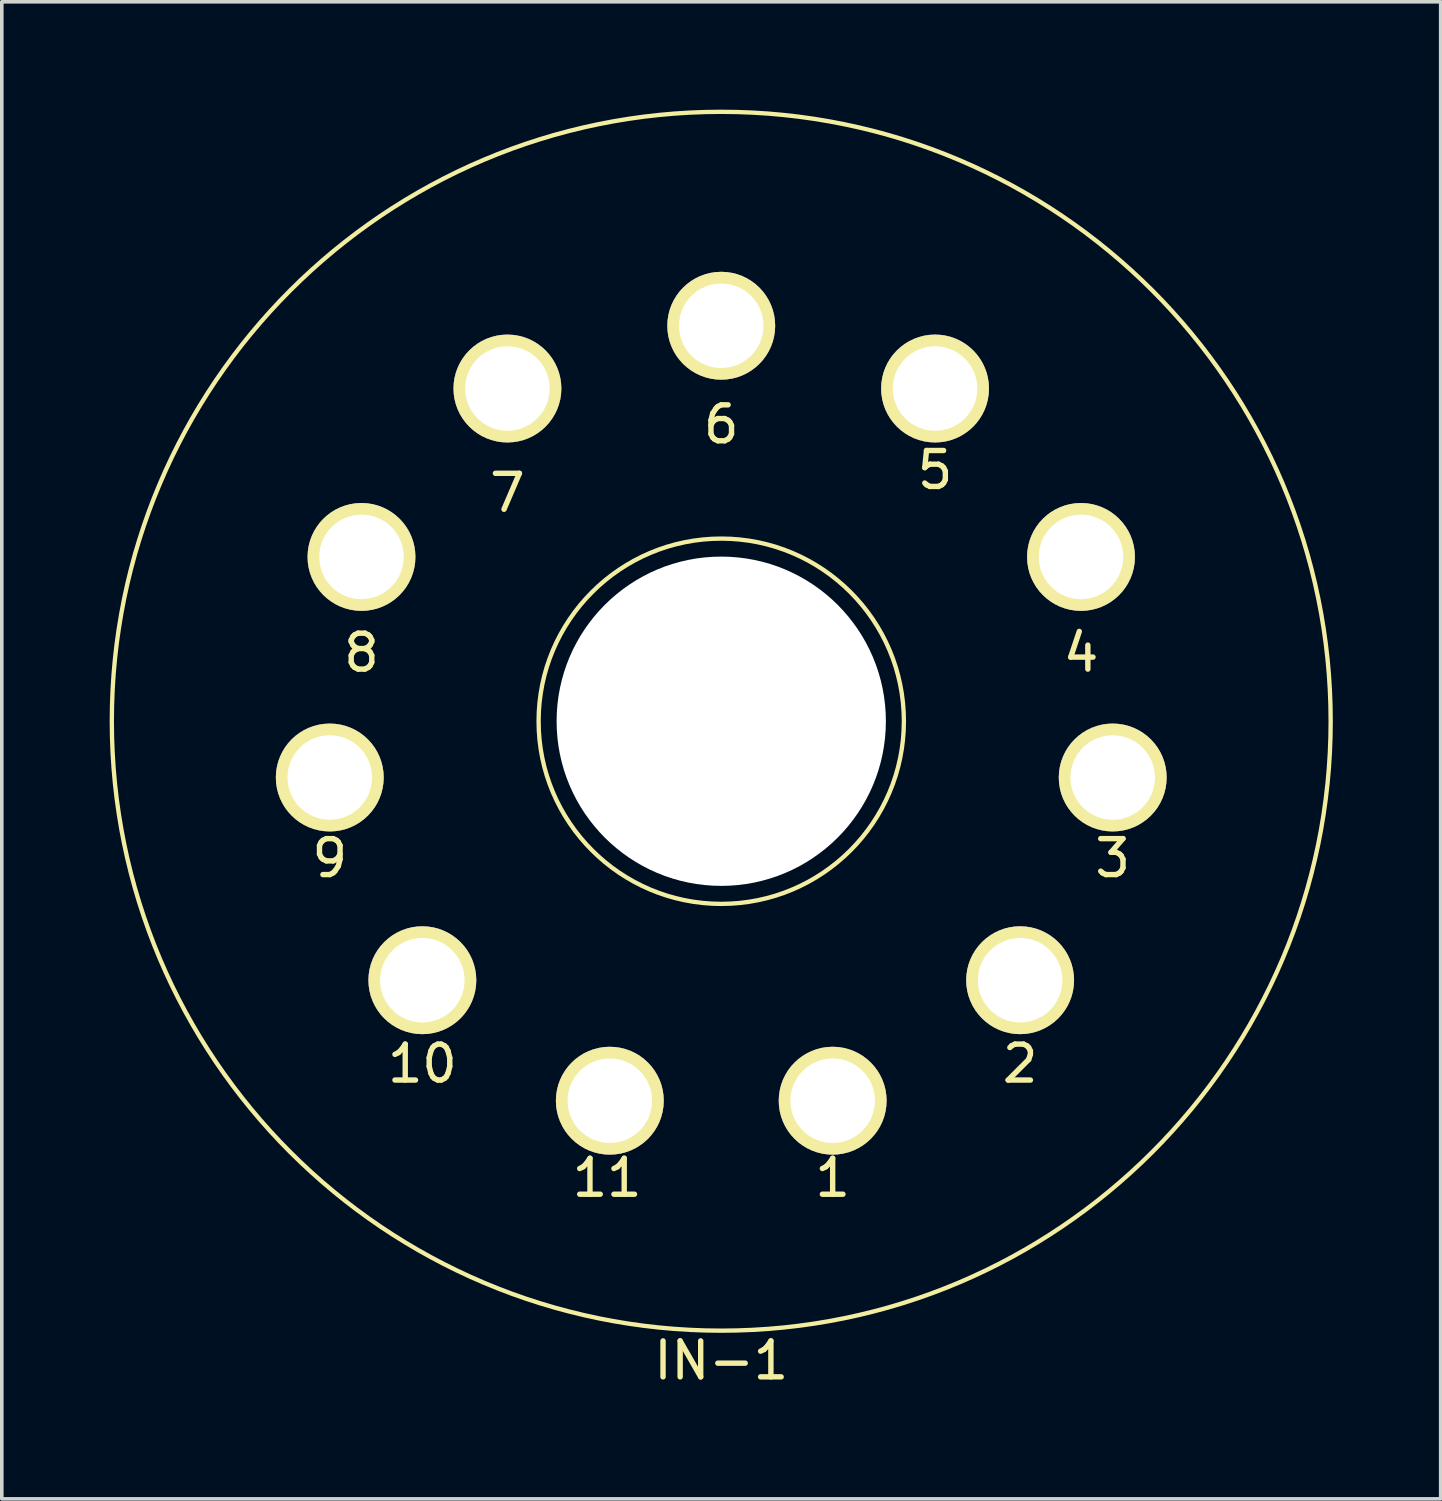
<source format=kicad_pcb>
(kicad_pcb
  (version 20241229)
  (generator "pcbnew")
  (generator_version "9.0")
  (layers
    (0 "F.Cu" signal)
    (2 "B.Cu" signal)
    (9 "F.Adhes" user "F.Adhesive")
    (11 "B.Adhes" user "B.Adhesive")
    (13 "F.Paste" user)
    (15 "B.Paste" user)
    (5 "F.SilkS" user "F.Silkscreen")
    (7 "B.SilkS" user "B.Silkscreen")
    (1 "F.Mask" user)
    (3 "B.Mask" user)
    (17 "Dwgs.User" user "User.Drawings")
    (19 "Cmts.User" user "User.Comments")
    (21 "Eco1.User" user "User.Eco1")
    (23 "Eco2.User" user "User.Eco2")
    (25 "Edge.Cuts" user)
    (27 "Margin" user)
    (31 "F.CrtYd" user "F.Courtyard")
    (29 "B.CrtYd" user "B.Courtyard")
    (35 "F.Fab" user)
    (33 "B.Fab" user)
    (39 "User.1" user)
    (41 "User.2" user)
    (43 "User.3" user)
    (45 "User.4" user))
  (footprint "IN-1"
    (layer "F.Cu")
    (at 17.01 17.01)
    (property "Reference" "IN-1" (at 0 17.78 0) (unlocked yes) (layer "F.SilkS") (effects (font (size 1 1) (thickness 0.15))))
    (attr through_hole)
    (fp_circle (center 0 0) (end 5.08 0) (stroke (width 0.12) (type solid)) (fill no) (layer "F.SilkS"))
    (fp_circle (center 0 0) (end 16.95 0) (stroke (width 0.12) (type solid)) (fill no) (layer "F.SilkS"))
    (fp_text user "5" (at 5.947 -6.985 0) (unlocked yes) (layer "F.SilkS") (effects (font (size 1 1) (thickness 0.15))))
    (fp_text user "9" (at -10.888 3.81 0) (unlocked yes) (layer "F.SilkS") (effects (font (size 1 1) (thickness 0.15))))
    (fp_text user "1" (at 3.099 12.7 0) (unlocked yes) (layer "F.SilkS") (effects (font (size 1 1) (thickness 0.15))))
    (fp_text user "10" (at -8.313 9.525 0) (unlocked yes) (layer "F.SilkS") (effects (font (size 1 1) (thickness 0.15))))
    (fp_text user "3" (at 10.888 3.81 0) (unlocked yes) (layer "F.SilkS") (effects (font (size 1 1) (thickness 0.15))))
    (fp_text user "11" (at -3.175 12.7 0) (unlocked yes) (layer "F.SilkS") (effects (font (size 1 1) (thickness 0.15))))
    (fp_text user "4" (at 10.006 -1.905 0) (unlocked yes) (layer "F.SilkS") (effects (font (size 1 1) (thickness 0.15))))
    (fp_text user "2" (at 8.313 9.525 0) (unlocked yes) (layer "F.SilkS") (effects (font (size 1 1) (thickness 0.15))))
    (fp_text user "6" (at 0 -8.255 0) (unlocked yes) (layer "F.SilkS") (effects (font (size 1 1) (thickness 0.15))))
    (fp_text user "7" (at -5.947 -6.35 0) (unlocked yes) (layer "F.SilkS") (effects (font (size 1 1) (thickness 0.15))))
    (fp_text user "8" (at -10.006 -1.905 0) (unlocked yes) (layer "F.SilkS") (effects (font (size 1 1) (thickness 0.15))))
    (fp_text user "${REFERENCE}" (at 0 2.5 0) (unlocked yes) (layer "F.Fab") (effects (font (size 1 1) (thickness 0.15))))
    (pad "" np_thru_hole circle (at 0 0) (size 9.158 9.158) (drill 9.158) (layers "*.Cu" "*.Mask"))
    (pad "0" thru_hole circle (at -8.313 7.203) (size 3 3) (drill 2.35) (layers "*.Cu" "*.Mask" "F.SilkS") (remove_unused_layers yes) (keep_end_layers yes) (zone_layer_connections))
    (pad "1" thru_hole circle (at 3.099 10.554) (size 3 3) (drill 2.35) (layers "*.Cu" "*.Mask" "F.SilkS") (remove_unused_layers yes) (keep_end_layers yes) (zone_layer_connections))
    (pad "2" thru_hole circle (at 8.313 7.203) (size 3 3) (drill 2.35) (layers "*.Cu" "*.Mask" "F.SilkS") (remove_unused_layers yes) (keep_end_layers yes) (zone_layer_connections))
    (pad "3" thru_hole circle (at 10.888 1.565) (size 3 3) (drill 2.35) (layers "*.Cu" "*.Mask" "F.SilkS") (remove_unused_layers yes) (keep_end_layers yes) (zone_layer_connections))
    (pad "4" thru_hole circle (at 10.006 -4.57) (size 3 3) (drill 2.35) (layers "*.Cu" "*.Mask" "F.SilkS") (remove_unused_layers yes) (keep_end_layers yes) (zone_layer_connections))
    (pad "5" thru_hole circle (at 5.947 -9.254) (size 3 3) (drill 2.35) (layers "*.Cu" "*.Mask" "F.SilkS") (remove_unused_layers yes) (keep_end_layers yes) (zone_layer_connections))
    (pad "6" thru_hole circle (at 0 -11) (size 3 3) (drill 2.35) (layers "*.Cu" "*.Mask" "F.SilkS") (remove_unused_layers yes) (keep_end_layers yes) (zone_layer_connections))
    (pad "7" thru_hole circle (at -5.947 -9.254) (size 3 3) (drill 2.35) (layers "*.Cu" "*.Mask" "F.SilkS") (remove_unused_layers yes) (keep_end_layers yes) (zone_layer_connections))
    (pad "8" thru_hole circle (at -10.006 -4.57) (size 3 3) (drill 2.35) (layers "*.Cu" "*.Mask" "F.SilkS") (remove_unused_layers yes) (keep_end_layers yes) (zone_layer_connections))
    (pad "9" thru_hole circle (at -10.888 1.565) (size 3 3) (drill 2.35) (layers "*.Cu" "*.Mask" "F.SilkS") (remove_unused_layers yes) (keep_end_layers yes) (zone_layer_connections))
    (pad "A" thru_hole circle (at -3.099 10.554) (size 3 3) (drill 2.35) (layers "*.Cu" "*.Mask" "F.SilkS") (remove_unused_layers yes) (keep_end_layers yes) (zone_layer_connections)))
  (gr_rect
    (start -3 -3)
    (end 37.02 38.638)
    (stroke (width 0.1) (type default))
    (fill no)
    (layer "Edge.Cuts")))
</source>
